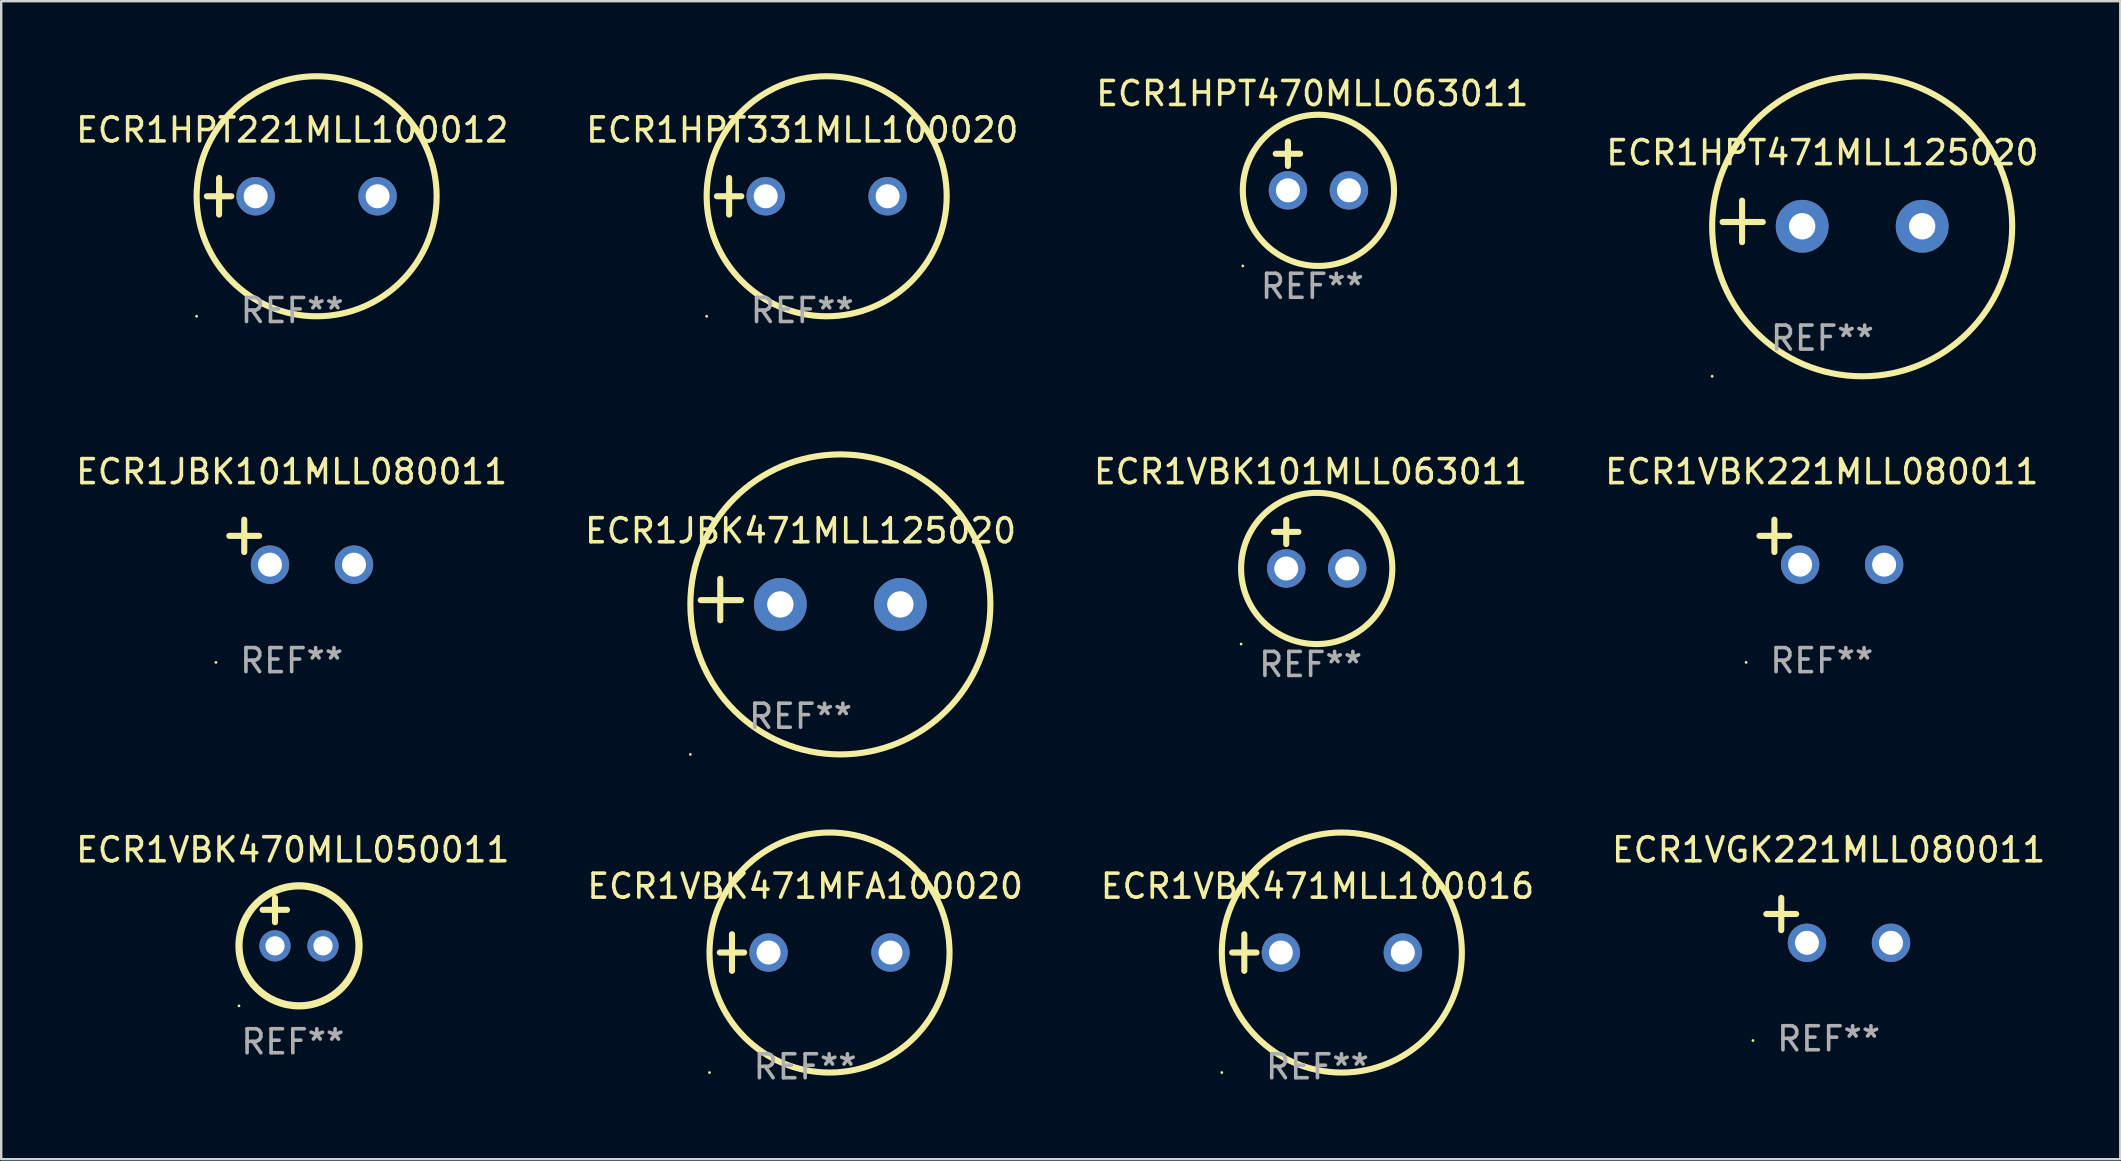
<source format=kicad_pcb>
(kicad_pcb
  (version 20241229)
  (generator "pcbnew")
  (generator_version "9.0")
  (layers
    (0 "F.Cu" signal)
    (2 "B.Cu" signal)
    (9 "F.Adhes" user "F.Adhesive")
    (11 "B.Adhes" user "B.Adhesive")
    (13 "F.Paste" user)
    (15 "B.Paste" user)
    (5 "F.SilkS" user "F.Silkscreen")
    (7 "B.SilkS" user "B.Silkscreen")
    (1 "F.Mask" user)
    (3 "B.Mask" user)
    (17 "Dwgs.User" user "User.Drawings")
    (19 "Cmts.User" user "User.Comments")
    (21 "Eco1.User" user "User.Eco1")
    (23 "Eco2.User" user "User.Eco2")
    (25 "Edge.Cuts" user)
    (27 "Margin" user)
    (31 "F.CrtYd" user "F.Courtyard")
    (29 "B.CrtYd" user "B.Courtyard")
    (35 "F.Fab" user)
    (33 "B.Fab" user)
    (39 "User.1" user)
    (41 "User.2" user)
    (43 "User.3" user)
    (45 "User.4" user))
  (footprint "ECR1HPT470MLL063011"
    (layer "F.Cu")
    (at 51.625 3.864)
    (property "Reference" "ECR1HPT470MLL063011" (at 0 -3.016 0) (layer "F.SilkS") (effects (font (size 1 1) (thickness 0.15))))
    (attr through_hole)
    (fp_line (start -1.524 -0.508) (end -0.508 -0.508) (stroke (width 0.254) (type solid)) (layer "F.SilkS"))
    (fp_line (start -1.016 -1.016) (end -1.016 0) (stroke (width 0.254) (type solid)) (layer "F.SilkS"))
    (fp_circle (center -2.896 4.166) (end -2.866 4.166) (stroke (width 0.06) (type solid)) (fill no) (layer "F.SilkS"))
    (fp_circle (center 0.254 1.016) (end 3.404 1.016) (stroke (width 0.254) (type solid)) (fill no) (layer "F.SilkS"))
    (fp_text user "REF**" (at 0 5.016 0) (layer "F.Fab") (effects (font (size 1 1) (thickness 0.15))))
    (pad "1" thru_hole circle (at -1.016 1.016) (size 1.6 1.6) (drill 1) (layers "*.Cu" "*.Mask"))
    (pad "2" thru_hole circle (at 1.524 1.016) (size 1.6 1.6) (drill 1) (layers "*.Cu" "*.Mask")))
  (footprint "ECR1HPT221MLL100012"
    (layer "F.Cu")
    (at 9.125 5.127)
    (property "Reference" "ECR1HPT221MLL100012" (at 0 -2.762 0) (layer "F.SilkS") (effects (font (size 1 1) (thickness 0.15))))
    (attr through_hole)
    (fp_line (start -3.556 0) (end -2.54 0) (stroke (width 0.254) (type solid)) (layer "F.SilkS"))
    (fp_line (start -3.048 -0.762) (end -3.048 0.762) (stroke (width 0.254) (type solid)) (layer "F.SilkS"))
    (fp_circle (center -3.984 5) (end -3.954 5) (stroke (width 0.06) (type solid)) (fill no) (layer "F.SilkS"))
    (fp_circle (center 1.016 0) (end 6.016 0) (stroke (width 0.254) (type solid)) (fill no) (layer "F.SilkS"))
    (fp_text user "REF**" (at 0 4.762 0) (layer "F.Fab") (effects (font (size 1 1) (thickness 0.15))))
    (pad "1" thru_hole circle (at -1.524 0) (size 1.6 1.6) (drill 1) (layers "*.Cu" "*.Mask"))
    (pad "2" thru_hole circle (at 3.556 0) (size 1.6 1.6) (drill 1) (layers "*.Cu" "*.Mask")))
  (footprint "ECR1VBK221MLL080011"
    (layer "F.Cu")
    (at 72.851 19.539)
    (property "Reference" "ECR1VBK221MLL080011" (at 0 -2.937 0) (layer "F.SilkS") (effects (font (size 1 1) (thickness 0.15))))
    (attr through_hole)
    (fp_line (start -1.975 0.41) (end -1.975 -0.937) (stroke (width 0.254) (type solid)) (layer "F.SilkS"))
    (fp_line (start -1.353 -0.263) (end -2.597 -0.263) (stroke (width 0.254) (type solid)) (layer "F.SilkS"))
    (fp_arc (start 0.849809 -3.063957) (mid 0.885369 -3.064114) (end 0.920929 -3.063957) (stroke (width 0.254001) (type solid)) (layer "F.SilkS"))
    (fp_circle (center -3.154 5.008) (end -3.124 5.008) (stroke (width 0.06) (type solid)) (fill no) (layer "F.SilkS"))
    (fp_text user "REF**" (at 0 4.937 0) (layer "F.Fab") (effects (font (size 1 1) (thickness 0.15))))
    (pad "1" thru_hole circle (at -0.903 0.937) (size 1.6 1.6) (drill 1) (layers "*.Cu" "*.Mask"))
    (pad "2" thru_hole circle (at 2.597 0.937) (size 1.6 1.6) (drill 1) (layers "*.Cu" "*.Mask")))
  (footprint "ECR1HPT331MLL100020"
    (layer "F.Cu")
    (at 30.375 5.127)
    (property "Reference" "ECR1HPT331MLL100020" (at 0 -2.762 0) (layer "F.SilkS") (effects (font (size 1 1) (thickness 0.15))))
    (attr through_hole)
    (fp_line (start -3.556 0) (end -2.54 0) (stroke (width 0.254) (type solid)) (layer "F.SilkS"))
    (fp_line (start -3.048 -0.762) (end -3.048 0.762) (stroke (width 0.254) (type solid)) (layer "F.SilkS"))
    (fp_circle (center -3.984 5) (end -3.954 5) (stroke (width 0.06) (type solid)) (fill no) (layer "F.SilkS"))
    (fp_circle (center 1.016 0) (end 6.016 0) (stroke (width 0.254) (type solid)) (fill no) (layer "F.SilkS"))
    (fp_text user "REF**" (at 0 4.762 0) (layer "F.Fab") (effects (font (size 1 1) (thickness 0.15))))
    (pad "1" thru_hole circle (at -1.524 0) (size 1.6 1.6) (drill 1) (layers "*.Cu" "*.Mask"))
    (pad "2" thru_hole circle (at 3.556 0) (size 1.6 1.6) (drill 1) (layers "*.Cu" "*.Mask")))
  (footprint "ECR1JBK471MLL125020"
    (layer "F.Cu")
    (at 30.304 21.928)
    (property "Reference" "ECR1JBK471MLL125020" (at 0 -2.864 0) (layer "F.SilkS") (effects (font (size 1 1) (thickness 0.15))))
    (attr through_hole)
    (fp_line (start -3.346 0.864) (end -3.346 -0.864) (stroke (width 0.254) (type solid)) (layer "F.SilkS"))
    (fp_line (start -2.482 0.025) (end -4.158 0.025) (stroke (width 0.254) (type solid)) (layer "F.SilkS"))
    (fp_circle (center -4.592 6.453) (end -4.562 6.453) (stroke (width 0.06) (type solid)) (fill no) (layer "F.SilkS"))
    (fp_circle (center 1.658 0.203) (end 7.908 0.203) (stroke (width 0.254) (type solid)) (fill no) (layer "F.SilkS"))
    (fp_text user "REF**" (at 0 4.864 0) (layer "F.Fab") (effects (font (size 1 1) (thickness 0.15))))
    (pad "1" thru_hole circle (at -0.842 0.203) (size 2.2 2.2) (drill 1.1) (layers "*.Cu" "*.Mask"))
    (pad "2" thru_hole circle (at 4.158 0.203) (size 2.2 2.2) (drill 1.1) (layers "*.Cu" "*.Mask")))
  (footprint "ECR1HPT471MLL125020"
    (layer "F.Cu")
    (at 72.875 6.174)
    (property "Reference" "ECR1HPT471MLL125020" (at 0 -2.864 0) (layer "F.SilkS") (effects (font (size 1 1) (thickness 0.15))))
    (attr through_hole)
    (fp_line (start -3.346 0.864) (end -3.346 -0.864) (stroke (width 0.254) (type solid)) (layer "F.SilkS"))
    (fp_line (start -2.482 0.025) (end -4.158 0.025) (stroke (width 0.254) (type solid)) (layer "F.SilkS"))
    (fp_circle (center -4.592 6.453) (end -4.562 6.453) (stroke (width 0.06) (type solid)) (fill no) (layer "F.SilkS"))
    (fp_circle (center 1.658 0.203) (end 7.908 0.203) (stroke (width 0.254) (type solid)) (fill no) (layer "F.SilkS"))
    (fp_text user "REF**" (at 0 4.864 0) (layer "F.Fab") (effects (font (size 1 1) (thickness 0.15))))
    (pad "1" thru_hole circle (at -0.842 0.203) (size 2.2 2.2) (drill 1.1) (layers "*.Cu" "*.Mask"))
    (pad "2" thru_hole circle (at 4.158 0.203) (size 2.2 2.2) (drill 1.1) (layers "*.Cu" "*.Mask")))
  (footprint "ECR1VBK101MLL063011"
    (layer "F.Cu")
    (at 51.554 19.618)
    (property "Reference" "ECR1VBK101MLL063011" (at 0 -3.016 0) (layer "F.SilkS") (effects (font (size 1 1) (thickness 0.15))))
    (attr through_hole)
    (fp_line (start -1.524 -0.508) (end -0.508 -0.508) (stroke (width 0.254) (type solid)) (layer "F.SilkS"))
    (fp_line (start -1.016 -1.016) (end -1.016 0) (stroke (width 0.254) (type solid)) (layer "F.SilkS"))
    (fp_circle (center -2.896 4.166) (end -2.866 4.166) (stroke (width 0.06) (type solid)) (fill no) (layer "F.SilkS"))
    (fp_circle (center 0.254 1.016) (end 3.404 1.016) (stroke (width 0.254) (type solid)) (fill no) (layer "F.SilkS"))
    (fp_text user "REF**" (at 0 5.016 0) (layer "F.Fab") (effects (font (size 1 1) (thickness 0.15))))
    (pad "1" thru_hole circle (at -1.016 1.016) (size 1.6 1.6) (drill 1) (layers "*.Cu" "*.Mask"))
    (pad "2" thru_hole circle (at 1.524 1.016) (size 1.6 1.6) (drill 1) (layers "*.Cu" "*.Mask")))
  (footprint "ECR1JBK101MLL080011"
    (layer "F.Cu")
    (at 9.101 19.539)
    (property "Reference" "ECR1JBK101MLL080011" (at 0 -2.937 0) (layer "F.SilkS") (effects (font (size 1 1) (thickness 0.15))))
    (attr through_hole)
    (fp_line (start -1.975 0.41) (end -1.975 -0.937) (stroke (width 0.254) (type solid)) (layer "F.SilkS"))
    (fp_line (start -1.353 -0.263) (end -2.597 -0.263) (stroke (width 0.254) (type solid)) (layer "F.SilkS"))
    (fp_arc (start 0.849809 -3.063957) (mid 0.885369 -3.064114) (end 0.920929 -3.063957) (stroke (width 0.254001) (type solid)) (layer "F.SilkS"))
    (fp_circle (center -3.154 5.008) (end -3.124 5.008) (stroke (width 0.06) (type solid)) (fill no) (layer "F.SilkS"))
    (fp_text user "REF**" (at 0 4.937 0) (layer "F.Fab") (effects (font (size 1 1) (thickness 0.15))))
    (pad "1" thru_hole circle (at -0.903 0.937) (size 1.6 1.6) (drill 1) (layers "*.Cu" "*.Mask"))
    (pad "2" thru_hole circle (at 2.597 0.937) (size 1.6 1.6) (drill 1) (layers "*.Cu" "*.Mask")))
  (footprint "ECR1VGK221MLL080011"
    (layer "F.Cu")
    (at 73.137 35.293)
    (property "Reference" "ECR1VGK221MLL080011" (at 0 -2.937 0) (layer "F.SilkS") (effects (font (size 1 1) (thickness 0.15))))
    (attr through_hole)
    (fp_line (start -1.975 0.41) (end -1.975 -0.937) (stroke (width 0.254) (type solid)) (layer "F.SilkS"))
    (fp_line (start -1.353 -0.263) (end -2.597 -0.263) (stroke (width 0.254) (type solid)) (layer "F.SilkS"))
    (fp_arc (start 0.849809 -3.063957) (mid 0.885369 -3.064114) (end 0.920929 -3.063957) (stroke (width 0.254001) (type solid)) (layer "F.SilkS"))
    (fp_circle (center -3.154 5.008) (end -3.124 5.008) (stroke (width 0.06) (type solid)) (fill no) (layer "F.SilkS"))
    (fp_text user "REF**" (at 0 4.937 0) (layer "F.Fab") (effects (font (size 1 1) (thickness 0.15))))
    (pad "1" thru_hole circle (at -0.903 0.937) (size 1.6 1.6) (drill 1) (layers "*.Cu" "*.Mask"))
    (pad "2" thru_hole circle (at 2.597 0.937) (size 1.6 1.6) (drill 1) (layers "*.Cu" "*.Mask")))
  (footprint "ECR1VBK471MLL100016"
    (layer "F.Cu")
    (at 51.839 36.635)
    (property "Reference" "ECR1VBK471MLL100016" (at 0 -2.762 0) (layer "F.SilkS") (effects (font (size 1 1) (thickness 0.15))))
    (attr through_hole)
    (fp_line (start -3.556 0) (end -2.54 0) (stroke (width 0.254) (type solid)) (layer "F.SilkS"))
    (fp_line (start -3.048 -0.762) (end -3.048 0.762) (stroke (width 0.254) (type solid)) (layer "F.SilkS"))
    (fp_circle (center -3.984 5) (end -3.954 5) (stroke (width 0.06) (type solid)) (fill no) (layer "F.SilkS"))
    (fp_circle (center 1.016 0) (end 6.016 0) (stroke (width 0.254) (type solid)) (fill no) (layer "F.SilkS"))
    (fp_text user "REF**" (at 0 4.762 0) (layer "F.Fab") (effects (font (size 1 1) (thickness 0.15))))
    (pad "1" thru_hole circle (at -1.524 0) (size 1.6 1.6) (drill 1) (layers "*.Cu" "*.Mask"))
    (pad "2" thru_hole circle (at 3.556 0) (size 1.6 1.6) (drill 1) (layers "*.Cu" "*.Mask")))
  (footprint "ECR1VBK471MFA100020"
    (layer "F.Cu")
    (at 30.494 36.635)
    (property "Reference" "ECR1VBK471MFA100020" (at 0 -2.762 0) (layer "F.SilkS") (effects (font (size 1 1) (thickness 0.15))))
    (attr through_hole)
    (fp_line (start -3.556 0) (end -2.54 0) (stroke (width 0.254) (type solid)) (layer "F.SilkS"))
    (fp_line (start -3.048 -0.762) (end -3.048 0.762) (stroke (width 0.254) (type solid)) (layer "F.SilkS"))
    (fp_circle (center -3.984 5) (end -3.954 5) (stroke (width 0.06) (type solid)) (fill no) (layer "F.SilkS"))
    (fp_circle (center 1.016 0) (end 6.016 0) (stroke (width 0.254) (type solid)) (fill no) (layer "F.SilkS"))
    (fp_text user "REF**" (at 0 4.762 0) (layer "F.Fab") (effects (font (size 1 1) (thickness 0.15))))
    (pad "1" thru_hole circle (at -1.524 0) (size 1.6 1.6) (drill 1) (layers "*.Cu" "*.Mask"))
    (pad "2" thru_hole circle (at 3.556 0) (size 1.6 1.6) (drill 1) (layers "*.Cu" "*.Mask")))
  (footprint "ECR1VBK470MLL050011"
    (layer "F.Cu")
    (at 9.149 35.356)
    (property "Reference" "ECR1VBK470MLL050011" (at 0 -3 0) (layer "F.SilkS") (effects (font (size 1 1) (thickness 0.15))))
    (attr through_hole)
    (fp_line (start -1.258 -0.5) (end -0.242 -0.5) (stroke (width 0.254) (type solid)) (layer "F.SilkS"))
    (fp_line (start -0.742 -1) (end -0.742 0.016) (stroke (width 0.254) (type solid)) (layer "F.SilkS"))
    (fp_circle (center -2.242 3.5) (end -2.212 3.5) (stroke (width 0.06) (type solid)) (fill no) (layer "F.SilkS"))
    (fp_circle (center 0.258 1) (end 2.758 1) (stroke (width 0.3) (type solid)) (fill no) (layer "F.SilkS"))
    (fp_text user "REF**" (at 0 5 0) (layer "F.Fab") (effects (font (size 1 1) (thickness 0.15))))
    (pad "1" thru_hole circle (at -0.742 1) (size 1.3 1.3) (drill 0.8) (layers "*.Cu" "*.Mask"))
    (pad "2" thru_hole circle (at 1.258 1) (size 1.3 1.3) (drill 0.8) (layers "*.Cu" "*.Mask")))
  (gr_rect
    (start -3 -3)
    (end 85.286 45.245)
    (stroke (width 0.1) (type default))
    (fill no)
    (layer "Edge.Cuts")))
</source>
